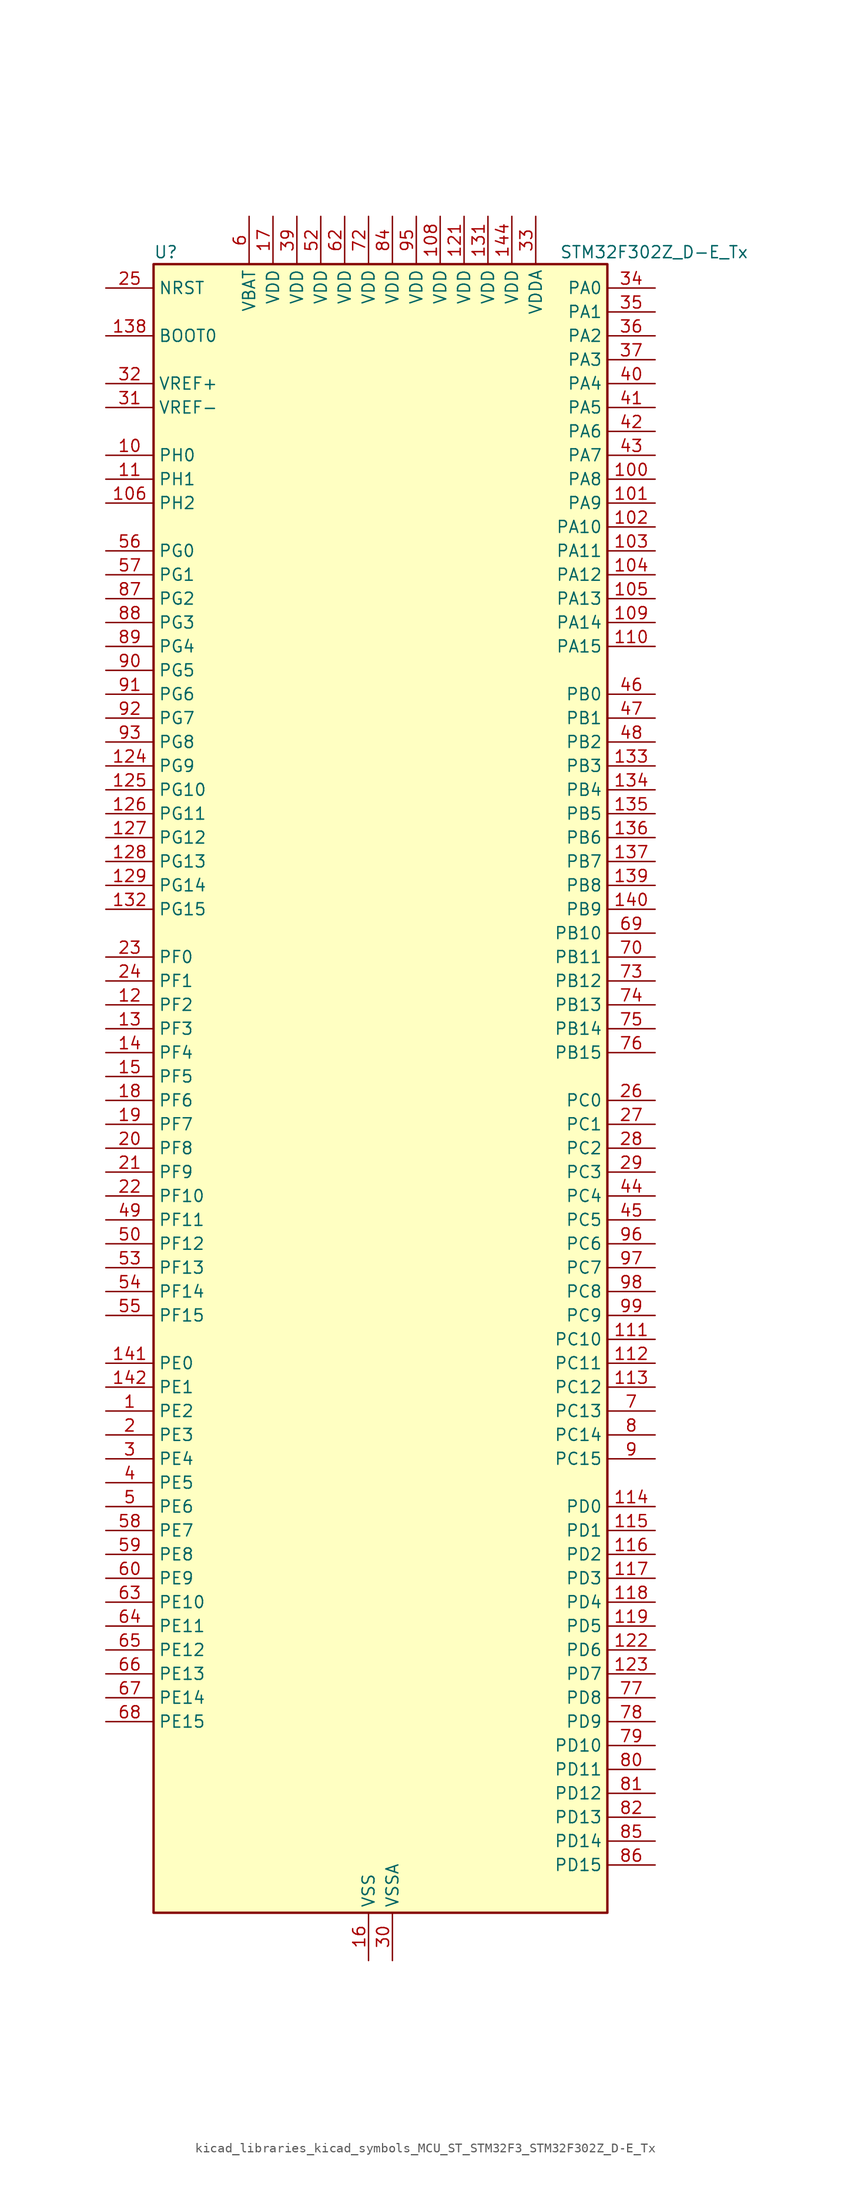
<source format=kicad_sym>
(kicad_symbol_lib
  (version 20220914)
  (generator kicad_symbol_editor)
  (symbol "kicad_libraries_kicad_symbols_MCU_ST_STM32F3_STM32F302Z_D-E_Tx"
    (property "Reference" "U"
      (at -22.86 90.17 0)
      (effects (font (size 1.27 1.27)) (justify left)))
    (property "Value" "STM32F302Z_D-E_Tx"
      (at 20.32 90.17 0)
      (effects (font (size 1.27 1.27)) (justify left)))
    (property "ki_locked" ""
      (at 0 0 0)
      (effects (font (size 1.27 1.27))))
    (symbol "kicad_libraries_kicad_symbols_MCU_ST_STM32F3_STM32F302Z_D-E_Tx_0_1"
      (rectangle (start -22.86 -86.36) (end 25.4 88.9) (stroke (width 0.254) (type default)) (fill (type background))))
    (symbol "kicad_libraries_kicad_symbols_MCU_ST_STM32F3_STM32F302Z_D-E_Tx_1_1"
      (pin bidirectional line (at -27.94 -33.02 0) (length 5.08) (name "PE2" (effects (font (size 1.27 1.27)))) (number "1" (effects (font (size 1.27 1.27)))) (alternate "FMC_A23" bidirectional line) (alternate "SPI4_SCK" bidirectional line) (alternate "SYS_TRACECK" bidirectional line) (alternate "TIM3_CH1" bidirectional line) (alternate "TSC_G7_IO1" bidirectional line))
      (pin bidirectional line (at -27.94 68.58 0) (length 5.08) (name "PH0" (effects (font (size 1.27 1.27)))) (number "10" (effects (font (size 1.27 1.27)))) (alternate "FMC_A0" bidirectional line))
      (pin bidirectional line (at 30.48 66.04 180) (length 5.08) (name "PA8" (effects (font (size 1.27 1.27)))) (number "100" (effects (font (size 1.27 1.27)))) (alternate "I2C2_SMBA" bidirectional line) (alternate "I2C3_SCL" bidirectional line) (alternate "I2S2_MCK" bidirectional line) (alternate "RCC_MCO" bidirectional line) (alternate "TIM1_CH1" bidirectional line) (alternate "TIM4_ETR" bidirectional line) (alternate "USART1_CK" bidirectional line))
      (pin bidirectional line (at 30.48 63.5 180) (length 5.08) (name "PA9" (effects (font (size 1.27 1.27)))) (number "101" (effects (font (size 1.27 1.27)))) (alternate "DAC1_EXTI9" bidirectional line) (alternate "I2C2_SCL" bidirectional line) (alternate "I2C3_SMBA" bidirectional line) (alternate "I2S3_MCK" bidirectional line) (alternate "TIM15_BKIN" bidirectional line) (alternate "TIM1_CH2" bidirectional line) (alternate "TIM2_CH3" bidirectional line) (alternate "TSC_G4_IO1" bidirectional line) (alternate "USART1_TX" bidirectional line))
      (pin bidirectional line (at 30.48 60.96 180) (length 5.08) (name "PA10" (effects (font (size 1.27 1.27)))) (number "102" (effects (font (size 1.27 1.27)))) (alternate "COMP6_OUT" bidirectional line) (alternate "I2C2_SDA" bidirectional line) (alternate "I2S2_ext_SD" bidirectional line) (alternate "SPI2_MISO" bidirectional line) (alternate "TIM17_BKIN" bidirectional line) (alternate "TIM1_CH3" bidirectional line) (alternate "TIM2_CH4" bidirectional line) (alternate "TSC_G4_IO2" bidirectional line) (alternate "USART1_RX" bidirectional line))
      (pin bidirectional line (at 30.48 58.42 180) (length 5.08) (name "PA11" (effects (font (size 1.27 1.27)))) (number "103" (effects (font (size 1.27 1.27)))) (alternate "ADC1_EXTI11" bidirectional line) (alternate "ADC2_EXTI11" bidirectional line) (alternate "CAN_RX" bidirectional line) (alternate "COMP1_OUT" bidirectional line) (alternate "I2S2_SD" bidirectional line) (alternate "SPI2_MOSI" bidirectional line) (alternate "TIM1_BKIN2" bidirectional line) (alternate "TIM1_CH1N" bidirectional line) (alternate "TIM1_CH4" bidirectional line) (alternate "TIM4_CH1" bidirectional line) (alternate "USART1_CTS" bidirectional line) (alternate "USB_DM" bidirectional line))
      (pin bidirectional line (at 30.48 55.88 180) (length 5.08) (name "PA12" (effects (font (size 1.27 1.27)))) (number "104" (effects (font (size 1.27 1.27)))) (alternate "CAN_TX" bidirectional line) (alternate "COMP2_OUT" bidirectional line) (alternate "I2S_CKIN" bidirectional line) (alternate "TIM16_CH1" bidirectional line) (alternate "TIM1_CH2N" bidirectional line) (alternate "TIM1_ETR" bidirectional line) (alternate "TIM4_CH2" bidirectional line) (alternate "USART1_DE" bidirectional line) (alternate "USART1_RTS" bidirectional line) (alternate "USB_DP" bidirectional line))
      (pin bidirectional line (at 30.48 53.34 180) (length 5.08) (name "PA13" (effects (font (size 1.27 1.27)))) (number "105" (effects (font (size 1.27 1.27)))) (alternate "IR_OUT" bidirectional line) (alternate "SYS_JTMS-SWDIO" bidirectional line) (alternate "TIM16_CH1N" bidirectional line) (alternate "TIM4_CH3" bidirectional line) (alternate "TSC_G4_IO3" bidirectional line) (alternate "USART3_CTS" bidirectional line))
      (pin bidirectional line (at -27.94 63.5 0) (length 5.08) (name "PH2" (effects (font (size 1.27 1.27)))) (number "106" (effects (font (size 1.27 1.27)))))
      (pin passive line (at 0 -91.44 90) (length 5.08) hide (name "VSS" (effects (font (size 1.27 1.27)))) (number "107" (effects (font (size 1.27 1.27)))))
      (pin power_in line (at 7.62 93.98 270) (length 5.08) (name "VDD" (effects (font (size 1.27 1.27)))) (number "108" (effects (font (size 1.27 1.27)))))
      (pin bidirectional line (at 30.48 50.8 180) (length 5.08) (name "PA14" (effects (font (size 1.27 1.27)))) (number "109" (effects (font (size 1.27 1.27)))) (alternate "I2C1_SDA" bidirectional line) (alternate "SYS_JTCK-SWCLK" bidirectional line) (alternate "TIM1_BKIN" bidirectional line) (alternate "TSC_G4_IO4" bidirectional line) (alternate "USART2_TX" bidirectional line))
      (pin bidirectional line (at -27.94 66.04 0) (length 5.08) (name "PH1" (effects (font (size 1.27 1.27)))) (number "11" (effects (font (size 1.27 1.27)))) (alternate "FMC_A1" bidirectional line))
      (pin bidirectional line (at 30.48 48.26 180) (length 5.08) (name "PA15" (effects (font (size 1.27 1.27)))) (number "110" (effects (font (size 1.27 1.27)))) (alternate "ADC1_EXTI15" bidirectional line) (alternate "ADC2_EXTI15" bidirectional line) (alternate "I2C1_SCL" bidirectional line) (alternate "I2S3_WS" bidirectional line) (alternate "SPI1_NSS" bidirectional line) (alternate "SPI3_NSS" bidirectional line) (alternate "SYS_JTDI" bidirectional line) (alternate "TIM1_BKIN" bidirectional line) (alternate "TIM2_CH1" bidirectional line) (alternate "TIM2_ETR" bidirectional line) (alternate "TSC_SYNC" bidirectional line) (alternate "USART2_RX" bidirectional line))
      (pin bidirectional line (at 30.48 -25.4 180) (length 5.08) (name "PC10" (effects (font (size 1.27 1.27)))) (number "111" (effects (font (size 1.27 1.27)))) (alternate "I2S3_CK" bidirectional line) (alternate "SPI3_SCK" bidirectional line) (alternate "UART4_TX" bidirectional line) (alternate "USART3_TX" bidirectional line))
      (pin bidirectional line (at 30.48 -27.94 180) (length 5.08) (name "PC11" (effects (font (size 1.27 1.27)))) (number "112" (effects (font (size 1.27 1.27)))) (alternate "ADC1_EXTI11" bidirectional line) (alternate "ADC2_EXTI11" bidirectional line) (alternate "I2S3_ext_SD" bidirectional line) (alternate "SPI3_MISO" bidirectional line) (alternate "UART4_RX" bidirectional line) (alternate "USART3_RX" bidirectional line))
      (pin bidirectional line (at 30.48 -30.48 180) (length 5.08) (name "PC12" (effects (font (size 1.27 1.27)))) (number "113" (effects (font (size 1.27 1.27)))) (alternate "I2S3_SD" bidirectional line) (alternate "SPI3_MOSI" bidirectional line) (alternate "UART5_TX" bidirectional line) (alternate "USART3_CK" bidirectional line))
      (pin bidirectional line (at 30.48 -43.18 180) (length 5.08) (name "PD0" (effects (font (size 1.27 1.27)))) (number "114" (effects (font (size 1.27 1.27)))) (alternate "CAN_RX" bidirectional line) (alternate "FMC_D2" bidirectional line) (alternate "FMC_DA2" bidirectional line))
      (pin bidirectional line (at 30.48 -45.72 180) (length 5.08) (name "PD1" (effects (font (size 1.27 1.27)))) (number "115" (effects (font (size 1.27 1.27)))) (alternate "CAN_TX" bidirectional line) (alternate "FMC_D3" bidirectional line) (alternate "FMC_DA3" bidirectional line))
      (pin bidirectional line (at 30.48 -48.26 180) (length 5.08) (name "PD2" (effects (font (size 1.27 1.27)))) (number "116" (effects (font (size 1.27 1.27)))) (alternate "TIM3_ETR" bidirectional line) (alternate "UART5_RX" bidirectional line))
      (pin bidirectional line (at 30.48 -50.8 180) (length 5.08) (name "PD3" (effects (font (size 1.27 1.27)))) (number "117" (effects (font (size 1.27 1.27)))) (alternate "FMC_CLK" bidirectional line) (alternate "TIM2_CH1" bidirectional line) (alternate "TIM2_ETR" bidirectional line) (alternate "USART2_CTS" bidirectional line))
      (pin bidirectional line (at 30.48 -53.34 180) (length 5.08) (name "PD4" (effects (font (size 1.27 1.27)))) (number "118" (effects (font (size 1.27 1.27)))) (alternate "FMC_NOE" bidirectional line) (alternate "TIM2_CH2" bidirectional line) (alternate "USART2_DE" bidirectional line) (alternate "USART2_RTS" bidirectional line))
      (pin bidirectional line (at 30.48 -55.88 180) (length 5.08) (name "PD5" (effects (font (size 1.27 1.27)))) (number "119" (effects (font (size 1.27 1.27)))) (alternate "FMC_NWE" bidirectional line) (alternate "USART2_TX" bidirectional line))
      (pin bidirectional line (at -27.94 10.16 0) (length 5.08) (name "PF2" (effects (font (size 1.27 1.27)))) (number "12" (effects (font (size 1.27 1.27)))) (alternate "ADC1_IN10" bidirectional line) (alternate "ADC2_IN10" bidirectional line) (alternate "FMC_A2" bidirectional line))
      (pin passive line (at 0 -91.44 90) (length 5.08) hide (name "VSS" (effects (font (size 1.27 1.27)))) (number "120" (effects (font (size 1.27 1.27)))))
      (pin power_in line (at 10.16 93.98 270) (length 5.08) (name "VDD" (effects (font (size 1.27 1.27)))) (number "121" (effects (font (size 1.27 1.27)))))
      (pin bidirectional line (at 30.48 -58.42 180) (length 5.08) (name "PD6" (effects (font (size 1.27 1.27)))) (number "122" (effects (font (size 1.27 1.27)))) (alternate "FMC_NWAIT" bidirectional line) (alternate "TIM2_CH4" bidirectional line) (alternate "USART2_RX" bidirectional line))
      (pin bidirectional line (at 30.48 -60.96 180) (length 5.08) (name "PD7" (effects (font (size 1.27 1.27)))) (number "123" (effects (font (size 1.27 1.27)))) (alternate "FMC_NCE2" bidirectional line) (alternate "FMC_NE1" bidirectional line) (alternate "TIM2_CH3" bidirectional line) (alternate "USART2_CK" bidirectional line))
      (pin bidirectional line (at -27.94 35.56 0) (length 5.08) (name "PG9" (effects (font (size 1.27 1.27)))) (number "124" (effects (font (size 1.27 1.27)))) (alternate "DAC1_EXTI9" bidirectional line) (alternate "FMC_NCE3" bidirectional line) (alternate "FMC_NE2" bidirectional line))
      (pin bidirectional line (at -27.94 33.02 0) (length 5.08) (name "PG10" (effects (font (size 1.27 1.27)))) (number "125" (effects (font (size 1.27 1.27)))) (alternate "FMC_NCE4_1" bidirectional line) (alternate "FMC_NE3" bidirectional line))
      (pin bidirectional line (at -27.94 30.48 0) (length 5.08) (name "PG11" (effects (font (size 1.27 1.27)))) (number "126" (effects (font (size 1.27 1.27)))) (alternate "ADC1_EXTI11" bidirectional line) (alternate "ADC2_EXTI11" bidirectional line) (alternate "FMC_NCE4_2" bidirectional line))
      (pin bidirectional line (at -27.94 27.94 0) (length 5.08) (name "PG12" (effects (font (size 1.27 1.27)))) (number "127" (effects (font (size 1.27 1.27)))) (alternate "FMC_NE4" bidirectional line))
      (pin bidirectional line (at -27.94 25.4 0) (length 5.08) (name "PG13" (effects (font (size 1.27 1.27)))) (number "128" (effects (font (size 1.27 1.27)))) (alternate "FMC_A24" bidirectional line))
      (pin bidirectional line (at -27.94 22.86 0) (length 5.08) (name "PG14" (effects (font (size 1.27 1.27)))) (number "129" (effects (font (size 1.27 1.27)))) (alternate "FMC_A25" bidirectional line))
      (pin bidirectional line (at -27.94 7.62 0) (length 5.08) (name "PF3" (effects (font (size 1.27 1.27)))) (number "13" (effects (font (size 1.27 1.27)))) (alternate "FMC_A3" bidirectional line))
      (pin passive line (at 0 -91.44 90) (length 5.08) hide (name "VSS" (effects (font (size 1.27 1.27)))) (number "130" (effects (font (size 1.27 1.27)))))
      (pin power_in line (at 12.7 93.98 270) (length 5.08) (name "VDD" (effects (font (size 1.27 1.27)))) (number "131" (effects (font (size 1.27 1.27)))))
      (pin bidirectional line (at -27.94 20.32 0) (length 5.08) (name "PG15" (effects (font (size 1.27 1.27)))) (number "132" (effects (font (size 1.27 1.27)))) (alternate "ADC1_EXTI15" bidirectional line) (alternate "ADC2_EXTI15" bidirectional line))
      (pin bidirectional line (at 30.48 35.56 180) (length 5.08) (name "PB3" (effects (font (size 1.27 1.27)))) (number "133" (effects (font (size 1.27 1.27)))) (alternate "I2S3_CK" bidirectional line) (alternate "SPI1_SCK" bidirectional line) (alternate "SPI3_SCK" bidirectional line) (alternate "SYS_JTDO-TRACESWO" bidirectional line) (alternate "TIM2_CH2" bidirectional line) (alternate "TIM3_ETR" bidirectional line) (alternate "TIM4_ETR" bidirectional line) (alternate "TSC_G5_IO1" bidirectional line) (alternate "USART2_TX" bidirectional line))
      (pin bidirectional line (at 30.48 33.02 180) (length 5.08) (name "PB4" (effects (font (size 1.27 1.27)))) (number "134" (effects (font (size 1.27 1.27)))) (alternate "I2S3_ext_SD" bidirectional line) (alternate "SPI1_MISO" bidirectional line) (alternate "SPI3_MISO" bidirectional line) (alternate "SYS_NJTRST" bidirectional line) (alternate "TIM16_CH1" bidirectional line) (alternate "TIM17_BKIN" bidirectional line) (alternate "TIM3_CH1" bidirectional line) (alternate "TSC_G5_IO2" bidirectional line) (alternate "USART2_RX" bidirectional line))
      (pin bidirectional line (at 30.48 30.48 180) (length 5.08) (name "PB5" (effects (font (size 1.27 1.27)))) (number "135" (effects (font (size 1.27 1.27)))) (alternate "I2C1_SMBA" bidirectional line) (alternate "I2C3_SDA" bidirectional line) (alternate "I2S3_SD" bidirectional line) (alternate "SPI1_MOSI" bidirectional line) (alternate "SPI3_MOSI" bidirectional line) (alternate "TIM16_BKIN" bidirectional line) (alternate "TIM17_CH1" bidirectional line) (alternate "TIM3_CH2" bidirectional line) (alternate "USART2_CK" bidirectional line))
      (pin bidirectional line (at 30.48 27.94 180) (length 5.08) (name "PB6" (effects (font (size 1.27 1.27)))) (number "136" (effects (font (size 1.27 1.27)))) (alternate "I2C1_SCL" bidirectional line) (alternate "TIM16_CH1N" bidirectional line) (alternate "TIM4_CH1" bidirectional line) (alternate "TSC_G5_IO3" bidirectional line) (alternate "USART1_TX" bidirectional line))
      (pin bidirectional line (at 30.48 25.4 180) (length 5.08) (name "PB7" (effects (font (size 1.27 1.27)))) (number "137" (effects (font (size 1.27 1.27)))) (alternate "FMC_NL" bidirectional line) (alternate "I2C1_SDA" bidirectional line) (alternate "TIM17_CH1N" bidirectional line) (alternate "TIM3_CH4" bidirectional line) (alternate "TIM4_CH2" bidirectional line) (alternate "TSC_G5_IO4" bidirectional line) (alternate "USART1_RX" bidirectional line))
      (pin input line (at -27.94 81.28 0) (length 5.08) (name "BOOT0" (effects (font (size 1.27 1.27)))) (number "138" (effects (font (size 1.27 1.27)))))
      (pin bidirectional line (at 30.48 22.86 180) (length 5.08) (name "PB8" (effects (font (size 1.27 1.27)))) (number "139" (effects (font (size 1.27 1.27)))) (alternate "CAN_RX" bidirectional line) (alternate "COMP1_OUT" bidirectional line) (alternate "I2C1_SCL" bidirectional line) (alternate "TIM16_CH1" bidirectional line) (alternate "TIM1_BKIN" bidirectional line) (alternate "TIM4_CH3" bidirectional line) (alternate "TSC_SYNC" bidirectional line) (alternate "USART3_RX" bidirectional line))
      (pin bidirectional line (at -27.94 5.08 0) (length 5.08) (name "PF4" (effects (font (size 1.27 1.27)))) (number "14" (effects (font (size 1.27 1.27)))) (alternate "ADC1_IN5" bidirectional line) (alternate "COMP1_OUT" bidirectional line) (alternate "FMC_A4" bidirectional line))
      (pin bidirectional line (at 30.48 20.32 180) (length 5.08) (name "PB9" (effects (font (size 1.27 1.27)))) (number "140" (effects (font (size 1.27 1.27)))) (alternate "CAN_TX" bidirectional line) (alternate "COMP2_OUT" bidirectional line) (alternate "DAC1_EXTI9" bidirectional line) (alternate "I2C1_SDA" bidirectional line) (alternate "IR_OUT" bidirectional line) (alternate "TIM17_CH1" bidirectional line) (alternate "TIM4_CH4" bidirectional line) (alternate "USART3_TX" bidirectional line))
      (pin bidirectional line (at -27.94 -27.94 0) (length 5.08) (name "PE0" (effects (font (size 1.27 1.27)))) (number "141" (effects (font (size 1.27 1.27)))) (alternate "FMC_NBL0" bidirectional line) (alternate "TIM16_CH1" bidirectional line) (alternate "TIM4_ETR" bidirectional line) (alternate "USART1_TX" bidirectional line))
      (pin bidirectional line (at -27.94 -30.48 0) (length 5.08) (name "PE1" (effects (font (size 1.27 1.27)))) (number "142" (effects (font (size 1.27 1.27)))) (alternate "FMC_NBL1" bidirectional line) (alternate "TIM17_CH1" bidirectional line) (alternate "USART1_RX" bidirectional line))
      (pin passive line (at 0 -91.44 90) (length 5.08) hide (name "VSS" (effects (font (size 1.27 1.27)))) (number "143" (effects (font (size 1.27 1.27)))))
      (pin power_in line (at 15.24 93.98 270) (length 5.08) (name "VDD" (effects (font (size 1.27 1.27)))) (number "144" (effects (font (size 1.27 1.27)))))
      (pin bidirectional line (at -27.94 2.54 0) (length 5.08) (name "PF5" (effects (font (size 1.27 1.27)))) (number "15" (effects (font (size 1.27 1.27)))) (alternate "FMC_A5" bidirectional line))
      (pin power_in line (at 0 -91.44 90) (length 5.08) (name "VSS" (effects (font (size 1.27 1.27)))) (number "16" (effects (font (size 1.27 1.27)))))
      (pin power_in line (at -10.16 93.98 270) (length 5.08) (name "VDD" (effects (font (size 1.27 1.27)))) (number "17" (effects (font (size 1.27 1.27)))))
      (pin bidirectional line (at -27.94 0 0) (length 5.08) (name "PF6" (effects (font (size 1.27 1.27)))) (number "18" (effects (font (size 1.27 1.27)))) (alternate "FMC_NIORD" bidirectional line) (alternate "I2C2_SCL" bidirectional line) (alternate "TIM4_CH4" bidirectional line) (alternate "USART3_DE" bidirectional line) (alternate "USART3_RTS" bidirectional line))
      (pin bidirectional line (at -27.94 -2.54 0) (length 5.08) (name "PF7" (effects (font (size 1.27 1.27)))) (number "19" (effects (font (size 1.27 1.27)))) (alternate "FMC_NREG" bidirectional line))
      (pin bidirectional line (at -27.94 -35.56 0) (length 5.08) (name "PE3" (effects (font (size 1.27 1.27)))) (number "2" (effects (font (size 1.27 1.27)))) (alternate "FMC_A19" bidirectional line) (alternate "SPI4_NSS" bidirectional line) (alternate "SYS_TRACED0" bidirectional line) (alternate "TIM3_CH2" bidirectional line) (alternate "TSC_G7_IO2" bidirectional line))
      (pin bidirectional line (at -27.94 -5.08 0) (length 5.08) (name "PF8" (effects (font (size 1.27 1.27)))) (number "20" (effects (font (size 1.27 1.27)))) (alternate "FMC_NIOWR" bidirectional line))
      (pin bidirectional line (at -27.94 -7.62 0) (length 5.08) (name "PF9" (effects (font (size 1.27 1.27)))) (number "21" (effects (font (size 1.27 1.27)))) (alternate "DAC1_EXTI9" bidirectional line) (alternate "FMC_CD" bidirectional line) (alternate "SPI2_SCK" bidirectional line) (alternate "TIM15_CH1" bidirectional line))
      (pin bidirectional line (at -27.94 -10.16 0) (length 5.08) (name "PF10" (effects (font (size 1.27 1.27)))) (number "22" (effects (font (size 1.27 1.27)))) (alternate "FMC_INTR" bidirectional line) (alternate "SPI2_SCK" bidirectional line) (alternate "TIM15_CH2" bidirectional line))
      (pin bidirectional line (at -27.94 15.24 0) (length 5.08) (name "PF0" (effects (font (size 1.27 1.27)))) (number "23" (effects (font (size 1.27 1.27)))) (alternate "I2C2_SDA" bidirectional line) (alternate "I2S2_WS" bidirectional line) (alternate "RCC_OSC_IN" bidirectional line) (alternate "SPI2_NSS" bidirectional line) (alternate "TIM1_CH3N" bidirectional line))
      (pin bidirectional line (at -27.94 12.7 0) (length 5.08) (name "PF1" (effects (font (size 1.27 1.27)))) (number "24" (effects (font (size 1.27 1.27)))) (alternate "I2C2_SCL" bidirectional line) (alternate "I2S2_CK" bidirectional line) (alternate "RCC_OSC_OUT" bidirectional line) (alternate "SPI2_SCK" bidirectional line))
      (pin input line (at -27.94 86.36 0) (length 5.08) (name "NRST" (effects (font (size 1.27 1.27)))) (number "25" (effects (font (size 1.27 1.27)))))
      (pin bidirectional line (at 30.48 0 180) (length 5.08) (name "PC0" (effects (font (size 1.27 1.27)))) (number "26" (effects (font (size 1.27 1.27)))) (alternate "ADC1_IN6" bidirectional line) (alternate "ADC2_IN6" bidirectional line) (alternate "TIM1_CH1" bidirectional line))
      (pin bidirectional line (at 30.48 -2.54 180) (length 5.08) (name "PC1" (effects (font (size 1.27 1.27)))) (number "27" (effects (font (size 1.27 1.27)))) (alternate "ADC1_IN7" bidirectional line) (alternate "ADC2_IN7" bidirectional line) (alternate "TIM1_CH2" bidirectional line))
      (pin bidirectional line (at 30.48 -5.08 180) (length 5.08) (name "PC2" (effects (font (size 1.27 1.27)))) (number "28" (effects (font (size 1.27 1.27)))) (alternate "ADC1_IN8" bidirectional line) (alternate "ADC2_IN8" bidirectional line) (alternate "TIM1_CH3" bidirectional line))
      (pin bidirectional line (at 30.48 -7.62 180) (length 5.08) (name "PC3" (effects (font (size 1.27 1.27)))) (number "29" (effects (font (size 1.27 1.27)))) (alternate "ADC1_IN9" bidirectional line) (alternate "ADC2_IN9" bidirectional line) (alternate "TIM1_BKIN2" bidirectional line) (alternate "TIM1_CH4" bidirectional line))
      (pin bidirectional line (at -27.94 -38.1 0) (length 5.08) (name "PE4" (effects (font (size 1.27 1.27)))) (number "3" (effects (font (size 1.27 1.27)))) (alternate "FMC_A20" bidirectional line) (alternate "SPI4_NSS" bidirectional line) (alternate "SYS_TRACED1" bidirectional line) (alternate "TIM3_CH3" bidirectional line) (alternate "TSC_G7_IO3" bidirectional line))
      (pin power_in line (at 2.54 -91.44 90) (length 5.08) (name "VSSA" (effects (font (size 1.27 1.27)))) (number "30" (effects (font (size 1.27 1.27)))))
      (pin input line (at -27.94 73.66 0) (length 5.08) (name "VREF-" (effects (font (size 1.27 1.27)))) (number "31" (effects (font (size 1.27 1.27)))))
      (pin input line (at -27.94 76.2 0) (length 5.08) (name "VREF+" (effects (font (size 1.27 1.27)))) (number "32" (effects (font (size 1.27 1.27)))))
      (pin power_in line (at 17.78 93.98 270) (length 5.08) (name "VDDA" (effects (font (size 1.27 1.27)))) (number "33" (effects (font (size 1.27 1.27)))))
      (pin bidirectional line (at 30.48 86.36 180) (length 5.08) (name "PA0" (effects (font (size 1.27 1.27)))) (number "34" (effects (font (size 1.27 1.27)))) (alternate "ADC1_IN1" bidirectional line) (alternate "COMP1_INM" bidirectional line) (alternate "COMP1_OUT" bidirectional line) (alternate "RTC_TAMP2" bidirectional line) (alternate "SYS_WKUP1" bidirectional line) (alternate "TIM2_CH1" bidirectional line) (alternate "TIM2_ETR" bidirectional line) (alternate "TSC_G1_IO1" bidirectional line) (alternate "USART2_CTS" bidirectional line))
      (pin bidirectional line (at 30.48 83.82 180) (length 5.08) (name "PA1" (effects (font (size 1.27 1.27)))) (number "35" (effects (font (size 1.27 1.27)))) (alternate "ADC1_IN2" bidirectional line) (alternate "COMP1_INP" bidirectional line) (alternate "OPAMP1_VINP" bidirectional line) (alternate "OPAMP1_VINP_SEC" bidirectional line) (alternate "RTC_REFIN" bidirectional line) (alternate "TIM15_CH1N" bidirectional line) (alternate "TIM2_CH2" bidirectional line) (alternate "TSC_G1_IO2" bidirectional line) (alternate "USART2_DE" bidirectional line) (alternate "USART2_RTS" bidirectional line))
      (pin bidirectional line (at 30.48 81.28 180) (length 5.08) (name "PA2" (effects (font (size 1.27 1.27)))) (number "36" (effects (font (size 1.27 1.27)))) (alternate "ADC1_IN3" bidirectional line) (alternate "COMP2_INM" bidirectional line) (alternate "COMP2_OUT" bidirectional line) (alternate "OPAMP1_VOUT" bidirectional line) (alternate "TIM15_CH1" bidirectional line) (alternate "TIM2_CH3" bidirectional line) (alternate "TSC_G1_IO3" bidirectional line) (alternate "USART2_TX" bidirectional line))
      (pin bidirectional line (at 30.48 78.74 180) (length 5.08) (name "PA3" (effects (font (size 1.27 1.27)))) (number "37" (effects (font (size 1.27 1.27)))) (alternate "ADC1_IN4" bidirectional line) (alternate "OPAMP1_VINM" bidirectional line) (alternate "OPAMP1_VINM_SEC" bidirectional line) (alternate "OPAMP1_VINP" bidirectional line) (alternate "OPAMP1_VINP_SEC" bidirectional line) (alternate "TIM15_CH2" bidirectional line) (alternate "TIM2_CH4" bidirectional line) (alternate "TSC_G1_IO4" bidirectional line) (alternate "USART2_RX" bidirectional line))
      (pin passive line (at 0 -91.44 90) (length 5.08) hide (name "VSS" (effects (font (size 1.27 1.27)))) (number "38" (effects (font (size 1.27 1.27)))))
      (pin power_in line (at -7.62 93.98 270) (length 5.08) (name "VDD" (effects (font (size 1.27 1.27)))) (number "39" (effects (font (size 1.27 1.27)))))
      (pin bidirectional line (at -27.94 -40.64 0) (length 5.08) (name "PE5" (effects (font (size 1.27 1.27)))) (number "4" (effects (font (size 1.27 1.27)))) (alternate "FMC_A21" bidirectional line) (alternate "SPI4_MISO" bidirectional line) (alternate "SYS_TRACED2" bidirectional line) (alternate "TIM3_CH4" bidirectional line) (alternate "TSC_G7_IO4" bidirectional line))
      (pin bidirectional line (at 30.48 76.2 180) (length 5.08) (name "PA4" (effects (font (size 1.27 1.27)))) (number "40" (effects (font (size 1.27 1.27)))) (alternate "ADC2_IN1" bidirectional line) (alternate "COMP1_INM" bidirectional line) (alternate "COMP2_INM" bidirectional line) (alternate "COMP4_INM" bidirectional line) (alternate "COMP6_INM" bidirectional line) (alternate "DAC1_OUT1" bidirectional line) (alternate "I2S3_WS" bidirectional line) (alternate "SPI1_NSS" bidirectional line) (alternate "SPI3_NSS" bidirectional line) (alternate "TIM3_CH2" bidirectional line) (alternate "TSC_G2_IO1" bidirectional line) (alternate "USART2_CK" bidirectional line))
      (pin bidirectional line (at 30.48 73.66 180) (length 5.08) (name "PA5" (effects (font (size 1.27 1.27)))) (number "41" (effects (font (size 1.27 1.27)))) (alternate "ADC2_IN2" bidirectional line) (alternate "COMP1_INM" bidirectional line) (alternate "COMP2_INM" bidirectional line) (alternate "COMP4_INM" bidirectional line) (alternate "COMP6_INM" bidirectional line) (alternate "OPAMP1_VINP" bidirectional line) (alternate "OPAMP1_VINP_SEC" bidirectional line) (alternate "OPAMP2_VINM" bidirectional line) (alternate "OPAMP2_VINM_SEC" bidirectional line) (alternate "SPI1_SCK" bidirectional line) (alternate "TIM2_CH1" bidirectional line) (alternate "TIM2_ETR" bidirectional line) (alternate "TSC_G2_IO2" bidirectional line))
      (pin bidirectional line (at 30.48 71.12 180) (length 5.08) (name "PA6" (effects (font (size 1.27 1.27)))) (number "42" (effects (font (size 1.27 1.27)))) (alternate "ADC2_IN3" bidirectional line) (alternate "COMP1_OUT" bidirectional line) (alternate "OPAMP2_VOUT" bidirectional line) (alternate "SPI1_MISO" bidirectional line) (alternate "TIM16_CH1" bidirectional line) (alternate "TIM1_BKIN" bidirectional line) (alternate "TIM3_CH1" bidirectional line) (alternate "TSC_G2_IO3" bidirectional line))
      (pin bidirectional line (at 30.48 68.58 180) (length 5.08) (name "PA7" (effects (font (size 1.27 1.27)))) (number "43" (effects (font (size 1.27 1.27)))) (alternate "ADC2_IN4" bidirectional line) (alternate "COMP2_INP" bidirectional line) (alternate "OPAMP1_VINP" bidirectional line) (alternate "OPAMP1_VINP_SEC" bidirectional line) (alternate "OPAMP2_VINP" bidirectional line) (alternate "OPAMP2_VINP_SEC" bidirectional line) (alternate "SPI1_MOSI" bidirectional line) (alternate "TIM17_CH1" bidirectional line) (alternate "TIM1_CH1N" bidirectional line) (alternate "TIM3_CH2" bidirectional line) (alternate "TSC_G2_IO4" bidirectional line))
      (pin bidirectional line (at 30.48 -10.16 180) (length 5.08) (name "PC4" (effects (font (size 1.27 1.27)))) (number "44" (effects (font (size 1.27 1.27)))) (alternate "ADC2_IN5" bidirectional line) (alternate "TIM1_ETR" bidirectional line) (alternate "USART1_TX" bidirectional line))
      (pin bidirectional line (at 30.48 -12.7 180) (length 5.08) (name "PC5" (effects (font (size 1.27 1.27)))) (number "45" (effects (font (size 1.27 1.27)))) (alternate "ADC2_IN11" bidirectional line) (alternate "OPAMP1_VINM" bidirectional line) (alternate "OPAMP1_VINM_SEC" bidirectional line) (alternate "OPAMP2_VINM" bidirectional line) (alternate "OPAMP2_VINM_SEC" bidirectional line) (alternate "TIM15_BKIN" bidirectional line) (alternate "TSC_G3_IO1" bidirectional line) (alternate "USART1_RX" bidirectional line))
      (pin bidirectional line (at 30.48 43.18 180) (length 5.08) (name "PB0" (effects (font (size 1.27 1.27)))) (number "46" (effects (font (size 1.27 1.27)))) (alternate "COMP4_INP" bidirectional line) (alternate "OPAMP2_VINP" bidirectional line) (alternate "OPAMP2_VINP_SEC" bidirectional line) (alternate "TIM1_CH2N" bidirectional line) (alternate "TIM3_CH3" bidirectional line) (alternate "TSC_G3_IO2" bidirectional line))
      (pin bidirectional line (at 30.48 40.64 180) (length 5.08) (name "PB1" (effects (font (size 1.27 1.27)))) (number "47" (effects (font (size 1.27 1.27)))) (alternate "COMP4_OUT" bidirectional line) (alternate "TIM1_CH3N" bidirectional line) (alternate "TIM3_CH4" bidirectional line) (alternate "TSC_G3_IO3" bidirectional line))
      (pin bidirectional line (at 30.48 38.1 180) (length 5.08) (name "PB2" (effects (font (size 1.27 1.27)))) (number "48" (effects (font (size 1.27 1.27)))) (alternate "ADC2_IN12" bidirectional line) (alternate "COMP4_INM" bidirectional line) (alternate "TSC_G3_IO4" bidirectional line))
      (pin bidirectional line (at -27.94 -12.7 0) (length 5.08) (name "PF11" (effects (font (size 1.27 1.27)))) (number "49" (effects (font (size 1.27 1.27)))) (alternate "ADC1_EXTI11" bidirectional line) (alternate "ADC2_EXTI11" bidirectional line))
      (pin bidirectional line (at -27.94 -43.18 0) (length 5.08) (name "PE6" (effects (font (size 1.27 1.27)))) (number "5" (effects (font (size 1.27 1.27)))) (alternate "FMC_A22" bidirectional line) (alternate "RTC_TAMP3" bidirectional line) (alternate "SPI4_MOSI" bidirectional line) (alternate "SYS_TRACED3" bidirectional line) (alternate "SYS_WKUP3" bidirectional line))
      (pin bidirectional line (at -27.94 -15.24 0) (length 5.08) (name "PF12" (effects (font (size 1.27 1.27)))) (number "50" (effects (font (size 1.27 1.27)))) (alternate "FMC_A6" bidirectional line))
      (pin passive line (at 0 -91.44 90) (length 5.08) hide (name "VSS" (effects (font (size 1.27 1.27)))) (number "51" (effects (font (size 1.27 1.27)))))
      (pin power_in line (at -5.08 93.98 270) (length 5.08) (name "VDD" (effects (font (size 1.27 1.27)))) (number "52" (effects (font (size 1.27 1.27)))))
      (pin bidirectional line (at -27.94 -17.78 0) (length 5.08) (name "PF13" (effects (font (size 1.27 1.27)))) (number "53" (effects (font (size 1.27 1.27)))) (alternate "FMC_A7" bidirectional line))
      (pin bidirectional line (at -27.94 -20.32 0) (length 5.08) (name "PF14" (effects (font (size 1.27 1.27)))) (number "54" (effects (font (size 1.27 1.27)))) (alternate "FMC_A8" bidirectional line))
      (pin bidirectional line (at -27.94 -22.86 0) (length 5.08) (name "PF15" (effects (font (size 1.27 1.27)))) (number "55" (effects (font (size 1.27 1.27)))) (alternate "ADC1_EXTI15" bidirectional line) (alternate "ADC2_EXTI15" bidirectional line) (alternate "FMC_A9" bidirectional line))
      (pin bidirectional line (at -27.94 58.42 0) (length 5.08) (name "PG0" (effects (font (size 1.27 1.27)))) (number "56" (effects (font (size 1.27 1.27)))) (alternate "FMC_A10" bidirectional line))
      (pin bidirectional line (at -27.94 55.88 0) (length 5.08) (name "PG1" (effects (font (size 1.27 1.27)))) (number "57" (effects (font (size 1.27 1.27)))) (alternate "FMC_A11" bidirectional line))
      (pin bidirectional line (at -27.94 -45.72 0) (length 5.08) (name "PE7" (effects (font (size 1.27 1.27)))) (number "58" (effects (font (size 1.27 1.27)))) (alternate "FMC_D4" bidirectional line) (alternate "FMC_DA4" bidirectional line) (alternate "TIM1_ETR" bidirectional line))
      (pin bidirectional line (at -27.94 -48.26 0) (length 5.08) (name "PE8" (effects (font (size 1.27 1.27)))) (number "59" (effects (font (size 1.27 1.27)))) (alternate "COMP4_INM" bidirectional line) (alternate "FMC_D5" bidirectional line) (alternate "FMC_DA5" bidirectional line) (alternate "TIM1_CH1N" bidirectional line))
      (pin power_in line (at -12.7 93.98 270) (length 5.08) (name "VBAT" (effects (font (size 1.27 1.27)))) (number "6" (effects (font (size 1.27 1.27)))))
      (pin bidirectional line (at -27.94 -50.8 0) (length 5.08) (name "PE9" (effects (font (size 1.27 1.27)))) (number "60" (effects (font (size 1.27 1.27)))) (alternate "DAC1_EXTI9" bidirectional line) (alternate "FMC_D6" bidirectional line) (alternate "FMC_DA6" bidirectional line) (alternate "TIM1_CH1" bidirectional line))
      (pin passive line (at 0 -91.44 90) (length 5.08) hide (name "VSS" (effects (font (size 1.27 1.27)))) (number "61" (effects (font (size 1.27 1.27)))))
      (pin power_in line (at -2.54 93.98 270) (length 5.08) (name "VDD" (effects (font (size 1.27 1.27)))) (number "62" (effects (font (size 1.27 1.27)))))
      (pin bidirectional line (at -27.94 -53.34 0) (length 5.08) (name "PE10" (effects (font (size 1.27 1.27)))) (number "63" (effects (font (size 1.27 1.27)))) (alternate "FMC_D7" bidirectional line) (alternate "FMC_DA7" bidirectional line) (alternate "TIM1_CH2N" bidirectional line))
      (pin bidirectional line (at -27.94 -55.88 0) (length 5.08) (name "PE11" (effects (font (size 1.27 1.27)))) (number "64" (effects (font (size 1.27 1.27)))) (alternate "ADC1_EXTI11" bidirectional line) (alternate "ADC2_EXTI11" bidirectional line) (alternate "FMC_D8" bidirectional line) (alternate "FMC_DA8" bidirectional line) (alternate "SPI4_NSS" bidirectional line) (alternate "TIM1_CH2" bidirectional line))
      (pin bidirectional line (at -27.94 -58.42 0) (length 5.08) (name "PE12" (effects (font (size 1.27 1.27)))) (number "65" (effects (font (size 1.27 1.27)))) (alternate "FMC_D9" bidirectional line) (alternate "FMC_DA9" bidirectional line) (alternate "SPI4_SCK" bidirectional line) (alternate "TIM1_CH3N" bidirectional line))
      (pin bidirectional line (at -27.94 -60.96 0) (length 5.08) (name "PE13" (effects (font (size 1.27 1.27)))) (number "66" (effects (font (size 1.27 1.27)))) (alternate "FMC_D10" bidirectional line) (alternate "FMC_DA10" bidirectional line) (alternate "SPI4_MISO" bidirectional line) (alternate "TIM1_CH3" bidirectional line))
      (pin bidirectional line (at -27.94 -63.5 0) (length 5.08) (name "PE14" (effects (font (size 1.27 1.27)))) (number "67" (effects (font (size 1.27 1.27)))) (alternate "FMC_D11" bidirectional line) (alternate "FMC_DA11" bidirectional line) (alternate "SPI4_MOSI" bidirectional line) (alternate "TIM1_BKIN2" bidirectional line) (alternate "TIM1_CH4" bidirectional line))
      (pin bidirectional line (at -27.94 -66.04 0) (length 5.08) (name "PE15" (effects (font (size 1.27 1.27)))) (number "68" (effects (font (size 1.27 1.27)))) (alternate "ADC1_EXTI15" bidirectional line) (alternate "ADC2_EXTI15" bidirectional line) (alternate "FMC_D12" bidirectional line) (alternate "FMC_DA12" bidirectional line) (alternate "TIM1_BKIN" bidirectional line) (alternate "USART3_RX" bidirectional line))
      (pin bidirectional line (at 30.48 17.78 180) (length 5.08) (name "PB10" (effects (font (size 1.27 1.27)))) (number "69" (effects (font (size 1.27 1.27)))) (alternate "TIM2_CH3" bidirectional line) (alternate "TSC_SYNC" bidirectional line) (alternate "USART3_TX" bidirectional line))
      (pin bidirectional line (at 30.48 -33.02 180) (length 5.08) (name "PC13" (effects (font (size 1.27 1.27)))) (number "7" (effects (font (size 1.27 1.27)))) (alternate "RTC_OUT_ALARM" bidirectional line) (alternate "RTC_OUT_CALIB" bidirectional line) (alternate "RTC_TAMP1" bidirectional line) (alternate "RTC_TS" bidirectional line) (alternate "SYS_WKUP2" bidirectional line) (alternate "TIM1_CH1N" bidirectional line))
      (pin bidirectional line (at 30.48 15.24 180) (length 5.08) (name "PB11" (effects (font (size 1.27 1.27)))) (number "70" (effects (font (size 1.27 1.27)))) (alternate "ADC1_EXTI11" bidirectional line) (alternate "ADC1_IN14" bidirectional line) (alternate "ADC2_EXTI11" bidirectional line) (alternate "ADC2_IN14" bidirectional line) (alternate "COMP6_INP" bidirectional line) (alternate "TIM2_CH4" bidirectional line) (alternate "TSC_G6_IO1" bidirectional line) (alternate "USART3_RX" bidirectional line))
      (pin passive line (at 0 -91.44 90) (length 5.08) hide (name "VSS" (effects (font (size 1.27 1.27)))) (number "71" (effects (font (size 1.27 1.27)))))
      (pin power_in line (at 0 93.98 270) (length 5.08) (name "VDD" (effects (font (size 1.27 1.27)))) (number "72" (effects (font (size 1.27 1.27)))))
      (pin bidirectional line (at 30.48 12.7 180) (length 5.08) (name "PB12" (effects (font (size 1.27 1.27)))) (number "73" (effects (font (size 1.27 1.27)))) (alternate "I2C2_SMBA" bidirectional line) (alternate "I2S2_WS" bidirectional line) (alternate "SPI2_NSS" bidirectional line) (alternate "TIM1_BKIN" bidirectional line) (alternate "TSC_G6_IO2" bidirectional line) (alternate "USART3_CK" bidirectional line))
      (pin bidirectional line (at 30.48 10.16 180) (length 5.08) (name "PB13" (effects (font (size 1.27 1.27)))) (number "74" (effects (font (size 1.27 1.27)))) (alternate "I2S2_CK" bidirectional line) (alternate "SPI2_SCK" bidirectional line) (alternate "TIM1_CH1N" bidirectional line) (alternate "TSC_G6_IO3" bidirectional line) (alternate "USART3_CTS" bidirectional line))
      (pin bidirectional line (at 30.48 7.62 180) (length 5.08) (name "PB14" (effects (font (size 1.27 1.27)))) (number "75" (effects (font (size 1.27 1.27)))) (alternate "I2S2_ext_SD" bidirectional line) (alternate "OPAMP2_VINP" bidirectional line) (alternate "OPAMP2_VINP_SEC" bidirectional line) (alternate "SPI2_MISO" bidirectional line) (alternate "TIM15_CH1" bidirectional line) (alternate "TIM1_CH2N" bidirectional line) (alternate "TSC_G6_IO4" bidirectional line) (alternate "USART3_DE" bidirectional line) (alternate "USART3_RTS" bidirectional line))
      (pin bidirectional line (at 30.48 5.08 180) (length 5.08) (name "PB15" (effects (font (size 1.27 1.27)))) (number "76" (effects (font (size 1.27 1.27)))) (alternate "ADC1_EXTI15" bidirectional line) (alternate "ADC2_EXTI15" bidirectional line) (alternate "COMP6_INM" bidirectional line) (alternate "I2S2_SD" bidirectional line) (alternate "RTC_REFIN" bidirectional line) (alternate "SPI2_MOSI" bidirectional line) (alternate "TIM15_CH1N" bidirectional line) (alternate "TIM15_CH2" bidirectional line) (alternate "TIM1_CH3N" bidirectional line))
      (pin bidirectional line (at 30.48 -63.5 180) (length 5.08) (name "PD8" (effects (font (size 1.27 1.27)))) (number "77" (effects (font (size 1.27 1.27)))) (alternate "FMC_D13" bidirectional line) (alternate "FMC_DA13" bidirectional line) (alternate "USART3_TX" bidirectional line))
      (pin bidirectional line (at 30.48 -66.04 180) (length 5.08) (name "PD9" (effects (font (size 1.27 1.27)))) (number "78" (effects (font (size 1.27 1.27)))) (alternate "DAC1_EXTI9" bidirectional line) (alternate "FMC_D14" bidirectional line) (alternate "FMC_DA14" bidirectional line) (alternate "USART3_RX" bidirectional line))
      (pin bidirectional line (at 30.48 -68.58 180) (length 5.08) (name "PD10" (effects (font (size 1.27 1.27)))) (number "79" (effects (font (size 1.27 1.27)))) (alternate "COMP6_INM" bidirectional line) (alternate "FMC_D15" bidirectional line) (alternate "FMC_DA15" bidirectional line) (alternate "USART3_CK" bidirectional line))
      (pin bidirectional line (at 30.48 -35.56 180) (length 5.08) (name "PC14" (effects (font (size 1.27 1.27)))) (number "8" (effects (font (size 1.27 1.27)))) (alternate "RCC_OSC32_IN" bidirectional line))
      (pin bidirectional line (at 30.48 -71.12 180) (length 5.08) (name "PD11" (effects (font (size 1.27 1.27)))) (number "80" (effects (font (size 1.27 1.27)))) (alternate "ADC1_EXTI11" bidirectional line) (alternate "ADC2_EXTI11" bidirectional line) (alternate "FMC_A16" bidirectional line) (alternate "FMC_CLE" bidirectional line) (alternate "USART3_CTS" bidirectional line))
      (pin bidirectional line (at 30.48 -73.66 180) (length 5.08) (name "PD12" (effects (font (size 1.27 1.27)))) (number "81" (effects (font (size 1.27 1.27)))) (alternate "FMC_A17" bidirectional line) (alternate "FMC_ALE" bidirectional line) (alternate "TIM4_CH1" bidirectional line) (alternate "TSC_G8_IO1" bidirectional line) (alternate "USART3_DE" bidirectional line) (alternate "USART3_RTS" bidirectional line))
      (pin bidirectional line (at 30.48 -76.2 180) (length 5.08) (name "PD13" (effects (font (size 1.27 1.27)))) (number "82" (effects (font (size 1.27 1.27)))) (alternate "FMC_A18" bidirectional line) (alternate "TIM4_CH2" bidirectional line) (alternate "TSC_G8_IO2" bidirectional line))
      (pin passive line (at 0 -91.44 90) (length 5.08) hide (name "VSS" (effects (font (size 1.27 1.27)))) (number "83" (effects (font (size 1.27 1.27)))))
      (pin power_in line (at 2.54 93.98 270) (length 5.08) (name "VDD" (effects (font (size 1.27 1.27)))) (number "84" (effects (font (size 1.27 1.27)))))
      (pin bidirectional line (at 30.48 -78.74 180) (length 5.08) (name "PD14" (effects (font (size 1.27 1.27)))) (number "85" (effects (font (size 1.27 1.27)))) (alternate "FMC_D0" bidirectional line) (alternate "FMC_DA0" bidirectional line) (alternate "OPAMP2_VINP" bidirectional line) (alternate "OPAMP2_VINP_SEC" bidirectional line) (alternate "TIM4_CH3" bidirectional line) (alternate "TSC_G8_IO3" bidirectional line))
      (pin bidirectional line (at 30.48 -81.28 180) (length 5.08) (name "PD15" (effects (font (size 1.27 1.27)))) (number "86" (effects (font (size 1.27 1.27)))) (alternate "ADC1_EXTI15" bidirectional line) (alternate "ADC2_EXTI15" bidirectional line) (alternate "FMC_D1" bidirectional line) (alternate "FMC_DA1" bidirectional line) (alternate "SPI2_NSS" bidirectional line) (alternate "TIM4_CH4" bidirectional line) (alternate "TSC_G8_IO4" bidirectional line))
      (pin bidirectional line (at -27.94 53.34 0) (length 5.08) (name "PG2" (effects (font (size 1.27 1.27)))) (number "87" (effects (font (size 1.27 1.27)))) (alternate "FMC_A12" bidirectional line))
      (pin bidirectional line (at -27.94 50.8 0) (length 5.08) (name "PG3" (effects (font (size 1.27 1.27)))) (number "88" (effects (font (size 1.27 1.27)))) (alternate "FMC_A13" bidirectional line))
      (pin bidirectional line (at -27.94 48.26 0) (length 5.08) (name "PG4" (effects (font (size 1.27 1.27)))) (number "89" (effects (font (size 1.27 1.27)))) (alternate "FMC_A14" bidirectional line))
      (pin bidirectional line (at 30.48 -38.1 180) (length 5.08) (name "PC15" (effects (font (size 1.27 1.27)))) (number "9" (effects (font (size 1.27 1.27)))) (alternate "ADC1_EXTI15" bidirectional line) (alternate "ADC2_EXTI15" bidirectional line) (alternate "RCC_OSC32_OUT" bidirectional line))
      (pin bidirectional line (at -27.94 45.72 0) (length 5.08) (name "PG5" (effects (font (size 1.27 1.27)))) (number "90" (effects (font (size 1.27 1.27)))) (alternate "FMC_A15" bidirectional line))
      (pin bidirectional line (at -27.94 43.18 0) (length 5.08) (name "PG6" (effects (font (size 1.27 1.27)))) (number "91" (effects (font (size 1.27 1.27)))) (alternate "FMC_INT2" bidirectional line))
      (pin bidirectional line (at -27.94 40.64 0) (length 5.08) (name "PG7" (effects (font (size 1.27 1.27)))) (number "92" (effects (font (size 1.27 1.27)))) (alternate "FMC_INT3" bidirectional line))
      (pin bidirectional line (at -27.94 38.1 0) (length 5.08) (name "PG8" (effects (font (size 1.27 1.27)))) (number "93" (effects (font (size 1.27 1.27)))))
      (pin passive line (at 0 -91.44 90) (length 5.08) hide (name "VSS" (effects (font (size 1.27 1.27)))) (number "94" (effects (font (size 1.27 1.27)))))
      (pin power_in line (at 5.08 93.98 270) (length 5.08) (name "VDD" (effects (font (size 1.27 1.27)))) (number "95" (effects (font (size 1.27 1.27)))))
      (pin bidirectional line (at 30.48 -15.24 180) (length 5.08) (name "PC6" (effects (font (size 1.27 1.27)))) (number "96" (effects (font (size 1.27 1.27)))) (alternate "COMP6_OUT" bidirectional line) (alternate "I2S2_MCK" bidirectional line) (alternate "TIM3_CH1" bidirectional line))
      (pin bidirectional line (at 30.48 -17.78 180) (length 5.08) (name "PC7" (effects (font (size 1.27 1.27)))) (number "97" (effects (font (size 1.27 1.27)))) (alternate "I2S3_MCK" bidirectional line) (alternate "TIM3_CH2" bidirectional line))
      (pin bidirectional line (at 30.48 -20.32 180) (length 5.08) (name "PC8" (effects (font (size 1.27 1.27)))) (number "98" (effects (font (size 1.27 1.27)))) (alternate "TIM3_CH3" bidirectional line))
      (pin bidirectional line (at 30.48 -22.86 180) (length 5.08) (name "PC9" (effects (font (size 1.27 1.27)))) (number "99" (effects (font (size 1.27 1.27)))) (alternate "DAC1_EXTI9" bidirectional line) (alternate "I2C3_SDA" bidirectional line) (alternate "I2S_CKIN" bidirectional line) (alternate "TIM3_CH4" bidirectional line)))))
</source>
